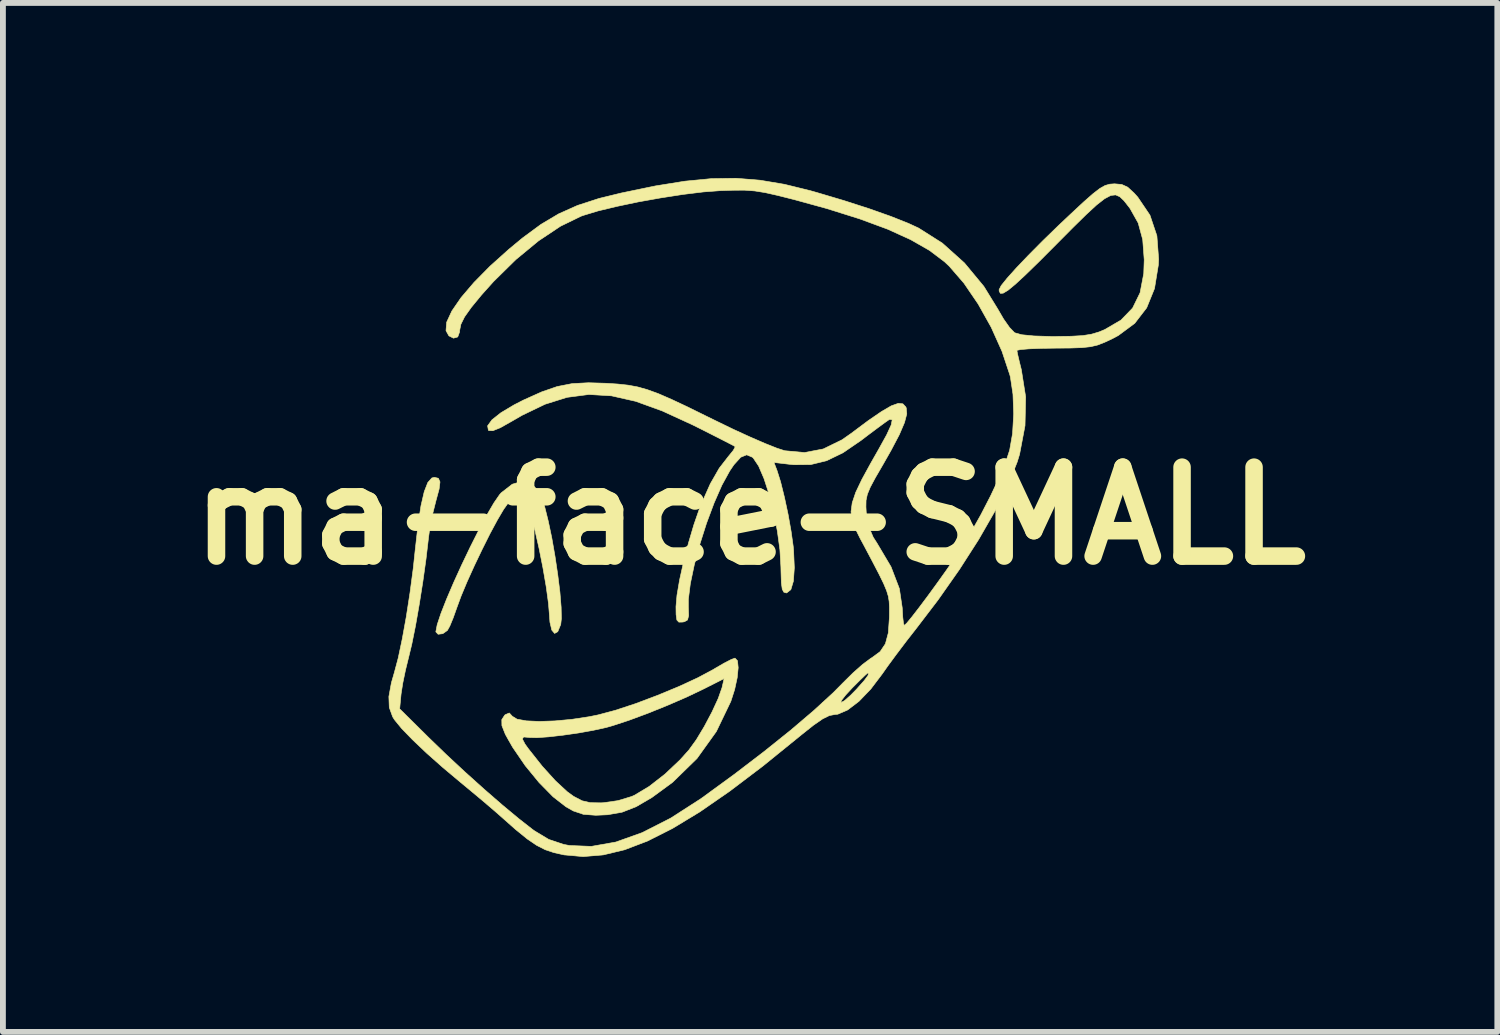
<source format=kicad_pcb>
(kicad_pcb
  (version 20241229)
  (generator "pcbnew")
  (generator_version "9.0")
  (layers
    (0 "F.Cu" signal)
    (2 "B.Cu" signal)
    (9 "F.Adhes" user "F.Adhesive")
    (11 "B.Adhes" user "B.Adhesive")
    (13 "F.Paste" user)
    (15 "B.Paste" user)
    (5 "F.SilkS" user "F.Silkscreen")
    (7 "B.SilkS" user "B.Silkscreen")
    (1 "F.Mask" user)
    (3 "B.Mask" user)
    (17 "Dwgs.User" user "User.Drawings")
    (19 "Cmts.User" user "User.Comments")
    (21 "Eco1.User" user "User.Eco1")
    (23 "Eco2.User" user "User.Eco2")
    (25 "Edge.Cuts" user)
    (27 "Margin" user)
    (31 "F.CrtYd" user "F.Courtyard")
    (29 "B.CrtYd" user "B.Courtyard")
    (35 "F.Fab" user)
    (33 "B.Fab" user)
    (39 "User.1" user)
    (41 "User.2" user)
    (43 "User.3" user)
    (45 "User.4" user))
  (footprint "ma-face-SMALL"
    (layer "F.Cu")
    (at 9.804 5.79)
    (property "Reference" "ma-face-SMALL" (at 0 0 0) (layer "F.SilkS") (effects (font (size 1.524 1.524) (thickness 0.3))))
    (attr through_hole)
    (fp_poly (pts (xy -3.745 -0.552) (xy -3.62 -0.416) (xy -3.58 -0.335) (xy -3.52 -0.156) (xy -3.459 0.089) (xy -3.398 0.379) (xy -3.343 0.693) (xy -3.296 1.009) (xy -3.259 1.307) (xy -3.238 1.565) (xy -3.234 1.762) (xy -3.245 1.861) (xy -3.296 1.985) (xy -3.35 2.015) (xy -3.398 1.958) (xy -3.43 1.822) (xy -3.437 1.72) (xy -3.455 1.501) (xy -3.494 1.214) (xy -3.55 0.89) (xy -3.616 0.559) (xy -3.686 0.251) (xy -3.756 -0.004) (xy -3.766 -0.038) (xy -3.84 -0.232) (xy -3.911 -0.331) (xy -3.993 -0.341) (xy -4.097 -0.268) (xy -4.149 -0.216) (xy -4.225 -0.109) (xy -4.331 0.071) (xy -4.457 0.305) (xy -4.591 0.573) (xy -4.725 0.853) (xy -4.849 1.127) (xy -4.952 1.373) (xy -5.024 1.569) (xy -5.087 1.746) (xy -5.146 1.889) (xy -5.187 1.963) (xy -5.266 2.019) (xy -5.346 2.029) (xy -5.385 1.988) (xy -5.385 1.985) (xy -5.362 1.865) (xy -5.298 1.673) (xy -5.201 1.426) (xy -5.08 1.143) (xy -4.942 0.84) (xy -4.796 0.535) (xy -4.65 0.245) (xy -4.512 -0.013) (xy -4.39 -0.222) (xy -4.293 -0.363) (xy -4.266 -0.394) (xy -4.076 -0.542) (xy -3.9 -0.595) (xy -3.745 -0.552)) (stroke (width 0.01) (type solid)) (fill yes) (layer "F.SilkS"))
    (fp_poly (pts (xy -0.216 2.483) (xy -0.204 2.602) (xy -0.221 2.774) (xy -0.265 2.977) (xy -0.33 3.179) (xy -0.578 3.695) (xy -0.911 4.159) (xy -1.328 4.566) (xy -1.684 4.827) (xy -1.953 4.984) (xy -2.193 5.078) (xy -2.442 5.122) (xy -2.644 5.131) (xy -2.856 5.115) (xy -3.029 5.057) (xy -3.156 4.985) (xy -3.377 4.813) (xy -3.616 4.57) (xy -3.853 4.281) (xy -4.067 3.968) (xy -4.077 3.951) (xy -4.15 3.823) (xy -3.903 3.823) (xy -3.857 3.911) (xy -3.797 3.994) (xy -3.56 4.293) (xy -3.334 4.542) (xy -3.133 4.728) (xy -3.024 4.807) (xy -2.881 4.882) (xy -2.74 4.915) (xy -2.556 4.918) (xy -2.515 4.916) (xy -2.263 4.88) (xy -2.029 4.809) (xy -1.98 4.787) (xy -1.73 4.637) (xy -1.459 4.426) (xy -1.199 4.18) (xy -1.049 4.013) (xy -0.921 3.836) (xy -0.784 3.608) (xy -0.653 3.361) (xy -0.546 3.129) (xy -0.481 2.944) (xy -0.478 2.931) (xy -0.445 2.788) (xy -0.794 2.965) (xy -1.083 3.103) (xy -1.413 3.246) (xy -1.754 3.384) (xy -2.078 3.504) (xy -2.355 3.595) (xy -2.464 3.626) (xy -2.687 3.675) (xy -2.944 3.721) (xy -3.208 3.759) (xy -3.453 3.787) (xy -3.653 3.801) (xy -3.782 3.798) (xy -3.788 3.797) (xy -3.881 3.789) (xy -3.903 3.823) (xy -4.15 3.823) (xy -4.195 3.742) (xy -4.253 3.595) (xy -4.255 3.492) (xy -4.205 3.415) (xy -4.195 3.407) (xy -4.126 3.378) (xy -4.074 3.435) (xy -3.994 3.484) (xy -3.834 3.513) (xy -3.612 3.523) (xy -3.346 3.514) (xy -3.055 3.487) (xy -2.758 3.442) (xy -2.605 3.411) (xy -2.309 3.332) (xy -1.96 3.217) (xy -1.589 3.077) (xy -1.224 2.926) (xy -0.895 2.774) (xy -0.631 2.633) (xy -0.602 2.615) (xy -0.447 2.525) (xy -0.323 2.461) (xy -0.259 2.438) (xy -0.216 2.483)) (stroke (width 0.01) (type solid)) (fill yes) (layer "F.SilkS"))
    (fp_poly (pts (xy 0.169 -5.752) (xy 0.586 -5.682) (xy 1.03 -5.573) (xy 1.143 -5.541) (xy 1.611 -5.402) (xy 2.039 -5.264) (xy 2.412 -5.132) (xy 2.714 -5.012) (xy 2.887 -4.932) (xy 3.294 -4.674) (xy 3.673 -4.334) (xy 4.006 -3.932) (xy 4.241 -3.55) (xy 4.344 -3.373) (xy 4.446 -3.228) (xy 4.528 -3.143) (xy 4.536 -3.137) (xy 4.653 -3.104) (xy 4.864 -3.083) (xy 5.16 -3.074) (xy 5.232 -3.074) (xy 5.504 -3.078) (xy 5.701 -3.089) (xy 5.85 -3.113) (xy 5.981 -3.152) (xy 6.077 -3.192) (xy 6.355 -3.354) (xy 6.555 -3.561) (xy 6.683 -3.823) (xy 6.746 -4.153) (xy 6.754 -4.388) (xy 6.728 -4.735) (xy 6.651 -5.018) (xy 6.512 -5.266) (xy 6.485 -5.302) (xy 6.407 -5.401) (xy 6.337 -5.468) (xy 6.265 -5.5) (xy 6.181 -5.491) (xy 6.075 -5.435) (xy 5.938 -5.328) (xy 5.759 -5.163) (xy 5.529 -4.937) (xy 5.241 -4.647) (xy 4.949 -4.354) (xy 4.719 -4.13) (xy 4.545 -3.969) (xy 4.42 -3.866) (xy 4.337 -3.816) (xy 4.289 -3.813) (xy 4.269 -3.851) (xy 4.267 -3.876) (xy 4.303 -3.946) (xy 4.405 -4.073) (xy 4.564 -4.25) (xy 4.771 -4.467) (xy 5.016 -4.714) (xy 5.291 -4.981) (xy 5.5 -5.178) (xy 5.716 -5.379) (xy 5.875 -5.519) (xy 5.993 -5.61) (xy 6.083 -5.661) (xy 6.163 -5.684) (xy 6.245 -5.69) (xy 6.369 -5.679) (xy 6.47 -5.633) (xy 6.58 -5.532) (xy 6.643 -5.462) (xy 6.852 -5.153) (xy 6.971 -4.799) (xy 7.001 -4.399) (xy 6.996 -4.299) (xy 6.93 -3.895) (xy 6.796 -3.565) (xy 6.591 -3.299) (xy 6.309 -3.09) (xy 6.217 -3.041) (xy 6.075 -2.974) (xy 5.957 -2.928) (xy 5.836 -2.899) (xy 5.688 -2.883) (xy 5.488 -2.876) (xy 5.228 -2.874) (xy 4.984 -2.87) (xy 4.78 -2.862) (xy 4.637 -2.85) (xy 4.574 -2.837) (xy 4.572 -2.835) (xy 4.584 -2.77) (xy 4.615 -2.638) (xy 4.648 -2.506) (xy 4.722 -2.039) (xy 4.711 -1.545) (xy 4.618 -1.055) (xy 4.577 -0.922) (xy 4.42 -0.529) (xy 4.197 -0.082) (xy 3.917 0.405) (xy 3.588 0.918) (xy 3.22 1.442) (xy 2.852 1.924) (xy 2.677 2.148) (xy 2.504 2.377) (xy 2.354 2.581) (xy 2.265 2.708) (xy 2.068 2.968) (xy 1.866 3.178) (xy 1.672 3.326) (xy 1.503 3.399) (xy 1.453 3.404) (xy 1.359 3.422) (xy 1.243 3.479) (xy 1.087 3.587) (xy 0.877 3.754) (xy 0.838 3.786) (xy 0.216 4.29) (xy -0.349 4.718) (xy -0.862 5.073) (xy -1.329 5.356) (xy -1.757 5.572) (xy -2.15 5.722) (xy -2.516 5.81) (xy -2.86 5.839) (xy -3.187 5.81) (xy -3.362 5.771) (xy -3.511 5.721) (xy -3.658 5.646) (xy -3.821 5.535) (xy -4.019 5.374) (xy -4.221 5.195) (xy -4.379 5.056) (xy -4.585 4.88) (xy -4.808 4.694) (xy -4.953 4.574) (xy -5.263 4.314) (xy -5.544 4.065) (xy -5.784 3.837) (xy -5.971 3.644) (xy -6.094 3.494) (xy -6.125 3.444) (xy -6.183 3.284) (xy -6.19 3.097) (xy -6.147 2.861) (xy -6.096 2.684) (xy -6.03 2.437) (xy -5.961 2.111) (xy -5.892 1.731) (xy -5.828 1.318) (xy -5.772 0.896) (xy -5.739 0.586) (xy -5.691 0.159) (xy -5.64 -0.173) (xy -5.584 -0.414) (xy -5.523 -0.571) (xy -5.454 -0.649) (xy -5.411 -0.66) (xy -5.342 -0.644) (xy -5.314 -0.582) (xy -5.329 -0.46) (xy -5.382 -0.264) (xy -5.441 -0.03) (xy -5.491 0.229) (xy -5.51 0.367) (xy -5.553 0.735) (xy -5.608 1.128) (xy -5.67 1.52) (xy -5.734 1.885) (xy -5.797 2.198) (xy -5.849 2.413) (xy -5.905 2.641) (xy -5.952 2.867) (xy -5.98 3.046) (xy -5.982 3.063) (xy -6.005 3.307) (xy -5.504 3.803) (xy -5.208 4.089) (xy -4.888 4.387) (xy -4.561 4.681) (xy -4.247 4.954) (xy -3.963 5.19) (xy -3.729 5.373) (xy -3.691 5.4) (xy -3.45 5.545) (xy -3.196 5.63) (xy -3.096 5.649) (xy -2.72 5.664) (xy -2.302 5.59) (xy -1.848 5.428) (xy -1.361 5.18) (xy -0.845 4.848) (xy -0.813 4.825) (xy -0.269 4.428) (xy 0.237 4.041) (xy 0.696 3.673) (xy 1.095 3.333) (xy 1.24 3.2) (xy 1.555 3.2) (xy 1.558 3.2) (xy 1.619 3.166) (xy 1.722 3.075) (xy 1.822 2.973) (xy 1.957 2.821) (xy 2.023 2.731) (xy 2.027 2.694) (xy 2.017 2.692) (xy 1.977 2.726) (xy 1.886 2.813) (xy 1.762 2.937) (xy 1.753 2.946) (xy 1.638 3.07) (xy 1.567 3.161) (xy 1.555 3.2) (xy 1.24 3.2) (xy 1.425 3.03) (xy 1.598 2.855) (xy 1.763 2.692) (xy 1.929 2.545) (xy 2.066 2.443) (xy 2.091 2.428) (xy 2.229 2.326) (xy 2.319 2.192) (xy 2.369 2.005) (xy 2.387 1.744) (xy 2.388 1.675) (xy 2.388 1.56) (xy 2.383 1.467) (xy 2.369 1.379) (xy 2.339 1.281) (xy 2.288 1.159) (xy 2.209 0.998) (xy 2.096 0.781) (xy 1.944 0.494) (xy 1.886 0.387) (xy 1.802 0.217) (xy 1.749 0.07) (xy 1.73 -0.071) (xy 1.75 -0.223) (xy 1.81 -0.402) (xy 1.915 -0.623) (xy 2.068 -0.903) (xy 2.204 -1.142) (xy 2.341 -1.39) (xy 2.418 -1.558) (xy 2.435 -1.646) (xy 2.393 -1.654) (xy 2.375 -1.644) (xy 2.309 -1.598) (xy 2.184 -1.506) (xy 2.018 -1.382) (xy 1.9 -1.292) (xy 1.59 -1.08) (xy 1.311 -0.945) (xy 1.04 -0.879) (xy 0.752 -0.876) (xy 0.682 -0.883) (xy 0.409 -0.915) (xy 0.462 -0.776) (xy 0.523 -0.582) (xy 0.588 -0.32) (xy 0.651 -0.026) (xy 0.703 0.267) (xy 0.739 0.524) (xy 0.745 0.585) (xy 0.758 0.89) (xy 0.742 1.119) (xy 0.698 1.265) (xy 0.627 1.32) (xy 0.62 1.321) (xy 0.578 1.308) (xy 0.551 1.257) (xy 0.536 1.148) (xy 0.53 0.964) (xy 0.528 0.876) (xy 0.511 0.581) (xy 0.467 0.261) (xy 0.404 -0.062) (xy 0.326 -0.37) (xy 0.238 -0.64) (xy 0.146 -0.854) (xy 0.055 -0.99) (xy 0.039 -1.005) (xy -0.058 -1.046) (xy -0.16 -1.005) (xy -0.278 -0.875) (xy -0.349 -0.77) (xy -0.483 -0.526) (xy -0.617 -0.221) (xy -0.746 0.124) (xy -0.861 0.485) (xy -0.956 0.838) (xy -1.024 1.161) (xy -1.058 1.431) (xy -1.058 1.563) (xy -1.053 1.71) (xy -1.072 1.784) (xy -1.125 1.814) (xy -1.156 1.82) (xy -1.221 1.821) (xy -1.255 1.785) (xy -1.268 1.69) (xy -1.27 1.556) (xy -1.253 1.361) (xy -1.208 1.097) (xy -1.14 0.79) (xy -1.056 0.466) (xy -0.963 0.151) (xy -0.866 -0.128) (xy -0.836 -0.203) (xy -0.682 -0.549) (xy -0.529 -0.816) (xy -0.367 -1.025) (xy -0.364 -1.028) (xy -0.287 -1.123) (xy -0.256 -1.182) (xy -0.258 -1.188) (xy -0.308 -1.216) (xy -0.434 -1.281) (xy -0.619 -1.375) (xy -0.846 -1.49) (xy -0.991 -1.562) (xy -1.505 -1.798) (xy -1.961 -1.963) (xy -2.376 -2.057) (xy -2.763 -2.08) (xy -3.137 -2.031) (xy -3.513 -1.913) (xy -3.906 -1.724) (xy -4.086 -1.62) (xy -4.281 -1.51) (xy -4.408 -1.459) (xy -4.478 -1.462) (xy -4.485 -1.468) (xy -4.498 -1.543) (xy -4.424 -1.645) (xy -4.27 -1.767) (xy -4.044 -1.902) (xy -3.886 -1.983) (xy -3.572 -2.124) (xy -3.306 -2.216) (xy -3.051 -2.266) (xy -2.77 -2.281) (xy -2.472 -2.272) (xy -2.268 -2.259) (xy -2.092 -2.24) (xy -1.929 -2.21) (xy -1.762 -2.163) (xy -1.574 -2.095) (xy -1.351 -1.998) (xy -1.076 -1.869) (xy -0.733 -1.7) (xy -0.584 -1.627) (xy -0.285 -1.482) (xy 0.001 -1.351) (xy 0.255 -1.241) (xy 0.458 -1.16) (xy 0.591 -1.117) (xy 0.596 -1.116) (xy 0.932 -1.085) (xy 1.253 -1.146) (xy 1.573 -1.302) (xy 1.732 -1.413) (xy 2.025 -1.632) (xy 2.251 -1.787) (xy 2.419 -1.885) (xy 2.539 -1.928) (xy 2.618 -1.92) (xy 2.668 -1.867) (xy 2.676 -1.848) (xy 2.685 -1.747) (xy 2.646 -1.599) (xy 2.558 -1.393) (xy 2.415 -1.121) (xy 2.275 -0.875) (xy 2.145 -0.651) (xy 2.059 -0.49) (xy 2.009 -0.369) (xy 1.987 -0.265) (xy 1.985 -0.155) (xy 1.99 -0.061) (xy 2.026 0.169) (xy 2.109 0.365) (xy 2.178 0.473) (xy 2.415 0.873) (xy 2.558 1.247) (xy 2.607 1.575) (xy 2.616 1.735) (xy 2.629 1.845) (xy 2.642 1.878) (xy 2.684 1.839) (xy 2.773 1.731) (xy 2.896 1.572) (xy 3.043 1.376) (xy 3.201 1.159) (xy 3.359 0.938) (xy 3.505 0.727) (xy 3.597 0.589) (xy 3.774 0.302) (xy 3.954 -0.018) (xy 4.124 -0.348) (xy 4.272 -0.663) (xy 4.386 -0.938) (xy 4.448 -1.126) (xy 4.498 -1.412) (xy 4.517 -1.747) (xy 4.505 -2.084) (xy 4.461 -2.377) (xy 4.451 -2.416) (xy 4.317 -2.819) (xy 4.132 -3.231) (xy 3.909 -3.629) (xy 3.665 -3.987) (xy 3.414 -4.277) (xy 3.331 -4.355) (xy 3.074 -4.549) (xy 2.752 -4.733) (xy 2.356 -4.913) (xy 1.879 -5.089) (xy 1.315 -5.266) (xy 0.762 -5.418) (xy 0.477 -5.49) (xy 0.26 -5.539) (xy 0.08 -5.568) (xy -0.095 -5.581) (xy -0.293 -5.58) (xy -0.508 -5.573) (xy -0.801 -5.551) (xy -1.151 -5.508) (xy -1.531 -5.449) (xy -1.917 -5.38) (xy -2.283 -5.303) (xy -2.604 -5.226) (xy -2.854 -5.15) (xy -2.897 -5.135) (xy -3.248 -4.964) (xy -3.625 -4.713) (xy -4.013 -4.393) (xy -4.396 -4.016) (xy -4.604 -3.784) (xy -4.779 -3.571) (xy -4.893 -3.41) (xy -4.956 -3.283) (xy -4.978 -3.174) (xy -4.978 -3.153) (xy -5.01 -3.066) (xy -5.083 -3.045) (xy -5.162 -3.085) (xy -5.211 -3.174) (xy -5.2 -3.318) (xy -5.111 -3.51) (xy -4.953 -3.74) (xy -4.732 -3.999) (xy -4.457 -4.278) (xy -4.134 -4.568) (xy -3.901 -4.761) (xy -3.585 -4.994) (xy -3.281 -5.175) (xy -2.959 -5.319) (xy -2.59 -5.439) (xy -2.21 -5.532) (xy -1.627 -5.653) (xy -1.118 -5.735) (xy -0.663 -5.779) (xy -0.24 -5.785) (xy 0.169 -5.752)) (stroke (width 0.01) (type solid)) (fill yes) (layer "F.SilkS")))
  (gr_rect
    (start -3 -3)
    (end 22.609 14.633)
    (stroke (width 0.1) (type default))
    (fill no)
    (layer "Edge.Cuts")))
</source>
